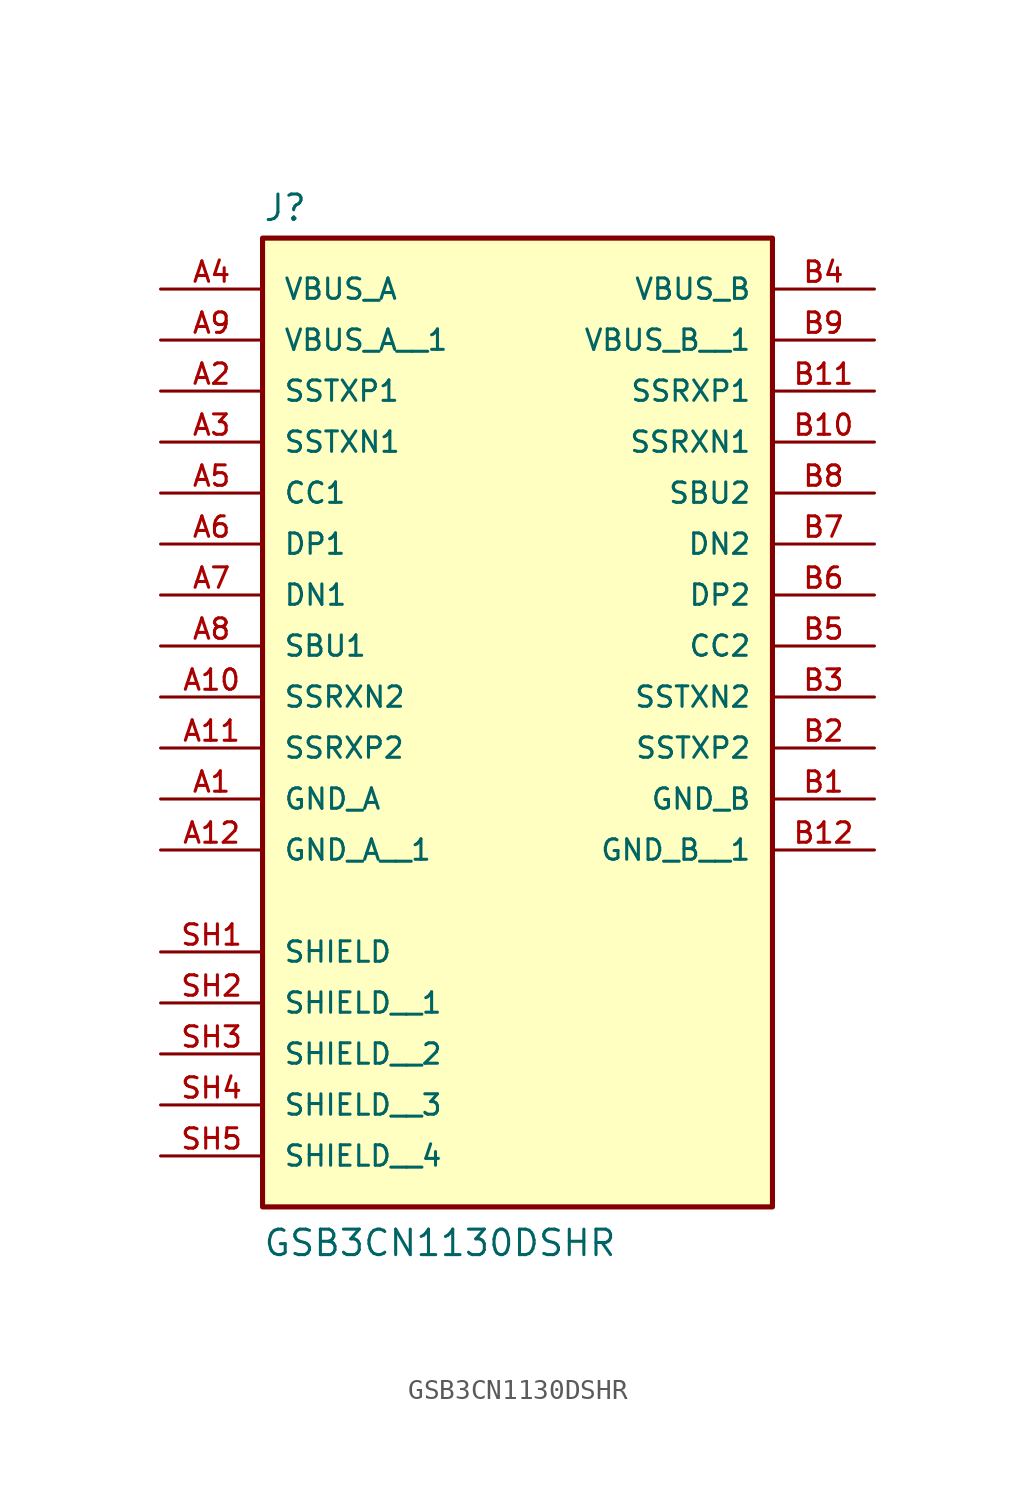
<source format=kicad_sym>
(kicad_symbol_lib
  (version 20220914)
  (generator kicad_symbol_editor)
  (symbol "GSB3CN1130DSHR"
    (pin_names
      (offset 1.016))
    (property "Reference" "J"
      (at -12.7 16.002 0)
      (effects (font (size 1.27 1.27)) (justify left bottom)))
    (property "Value" "GSB3CN1130DSHR"
      (at -12.7 -35.56 0)
      (effects (font (size 1.27 1.27)) (justify left bottom)))
    (symbol "GSB3CN1130DSHR_0_0"
      (rectangle (start -12.7 15.24) (end 12.7 -33.02) (stroke (width 0.254) (type default)) (fill (type background)))
      (pin power_in line (at -17.78 -12.7 0) (length 5.08) (name "GND_A" (effects (font (size 1.016 1.016)))) (number "A1" (effects (font (size 1.016 1.016)))))
      (pin bidirectional line (at -17.78 -7.62 0) (length 5.08) (name "SSRXN2" (effects (font (size 1.016 1.016)))) (number "A10" (effects (font (size 1.016 1.016)))))
      (pin bidirectional line (at -17.78 -10.16 0) (length 5.08) (name "SSRXP2" (effects (font (size 1.016 1.016)))) (number "A11" (effects (font (size 1.016 1.016)))))
      (pin power_in line (at -17.78 -15.24 0) (length 5.08) (name "GND_A__1" (effects (font (size 1.016 1.016)))) (number "A12" (effects (font (size 1.016 1.016)))))
      (pin bidirectional line (at -17.78 7.62 0) (length 5.08) (name "SSTXP1" (effects (font (size 1.016 1.016)))) (number "A2" (effects (font (size 1.016 1.016)))))
      (pin bidirectional line (at -17.78 5.08 0) (length 5.08) (name "SSTXN1" (effects (font (size 1.016 1.016)))) (number "A3" (effects (font (size 1.016 1.016)))))
      (pin power_in line (at -17.78 12.7 0) (length 5.08) (name "VBUS_A" (effects (font (size 1.016 1.016)))) (number "A4" (effects (font (size 1.016 1.016)))))
      (pin bidirectional line (at -17.78 2.54 0) (length 5.08) (name "CC1" (effects (font (size 1.016 1.016)))) (number "A5" (effects (font (size 1.016 1.016)))))
      (pin bidirectional line (at -17.78 0 0) (length 5.08) (name "DP1" (effects (font (size 1.016 1.016)))) (number "A6" (effects (font (size 1.016 1.016)))))
      (pin bidirectional line (at -17.78 -2.54 0) (length 5.08) (name "DN1" (effects (font (size 1.016 1.016)))) (number "A7" (effects (font (size 1.016 1.016)))))
      (pin bidirectional line (at -17.78 -5.08 0) (length 5.08) (name "SBU1" (effects (font (size 1.016 1.016)))) (number "A8" (effects (font (size 1.016 1.016)))))
      (pin power_in line (at -17.78 10.16 0) (length 5.08) (name "VBUS_A__1" (effects (font (size 1.016 1.016)))) (number "A9" (effects (font (size 1.016 1.016)))))
      (pin power_in line (at 17.78 -12.7 180) (length 5.08) (name "GND_B" (effects (font (size 1.016 1.016)))) (number "B1" (effects (font (size 1.016 1.016)))))
      (pin bidirectional line (at 17.78 5.08 180) (length 5.08) (name "SSRXN1" (effects (font (size 1.016 1.016)))) (number "B10" (effects (font (size 1.016 1.016)))))
      (pin bidirectional line (at 17.78 7.62 180) (length 5.08) (name "SSRXP1" (effects (font (size 1.016 1.016)))) (number "B11" (effects (font (size 1.016 1.016)))))
      (pin power_in line (at 17.78 -15.24 180) (length 5.08) (name "GND_B__1" (effects (font (size 1.016 1.016)))) (number "B12" (effects (font (size 1.016 1.016)))))
      (pin bidirectional line (at 17.78 -10.16 180) (length 5.08) (name "SSTXP2" (effects (font (size 1.016 1.016)))) (number "B2" (effects (font (size 1.016 1.016)))))
      (pin bidirectional line (at 17.78 -7.62 180) (length 5.08) (name "SSTXN2" (effects (font (size 1.016 1.016)))) (number "B3" (effects (font (size 1.016 1.016)))))
      (pin power_in line (at 17.78 12.7 180) (length 5.08) (name "VBUS_B" (effects (font (size 1.016 1.016)))) (number "B4" (effects (font (size 1.016 1.016)))))
      (pin bidirectional line (at 17.78 -5.08 180) (length 5.08) (name "CC2" (effects (font (size 1.016 1.016)))) (number "B5" (effects (font (size 1.016 1.016)))))
      (pin bidirectional line (at 17.78 -2.54 180) (length 5.08) (name "DP2" (effects (font (size 1.016 1.016)))) (number "B6" (effects (font (size 1.016 1.016)))))
      (pin bidirectional line (at 17.78 0 180) (length 5.08) (name "DN2" (effects (font (size 1.016 1.016)))) (number "B7" (effects (font (size 1.016 1.016)))))
      (pin bidirectional line (at 17.78 2.54 180) (length 5.08) (name "SBU2" (effects (font (size 1.016 1.016)))) (number "B8" (effects (font (size 1.016 1.016)))))
      (pin power_in line (at 17.78 10.16 180) (length 5.08) (name "VBUS_B__1" (effects (font (size 1.016 1.016)))) (number "B9" (effects (font (size 1.016 1.016)))))
      (pin passive line (at -17.78 -20.32 0) (length 5.08) (name "SHIELD" (effects (font (size 1.016 1.016)))) (number "SH1" (effects (font (size 1.016 1.016)))))
      (pin passive line (at -17.78 -22.86 0) (length 5.08) (name "SHIELD__1" (effects (font (size 1.016 1.016)))) (number "SH2" (effects (font (size 1.016 1.016)))))
      (pin passive line (at -17.78 -25.4 0) (length 5.08) (name "SHIELD__2" (effects (font (size 1.016 1.016)))) (number "SH3" (effects (font (size 1.016 1.016)))))
      (pin passive line (at -17.78 -27.94 0) (length 5.08) (name "SHIELD__3" (effects (font (size 1.016 1.016)))) (number "SH4" (effects (font (size 1.016 1.016)))))
      (pin passive line (at -17.78 -30.48 0) (length 5.08) (name "SHIELD__4" (effects (font (size 1.016 1.016)))) (number "SH5" (effects (font (size 1.016 1.016))))))))
</source>
